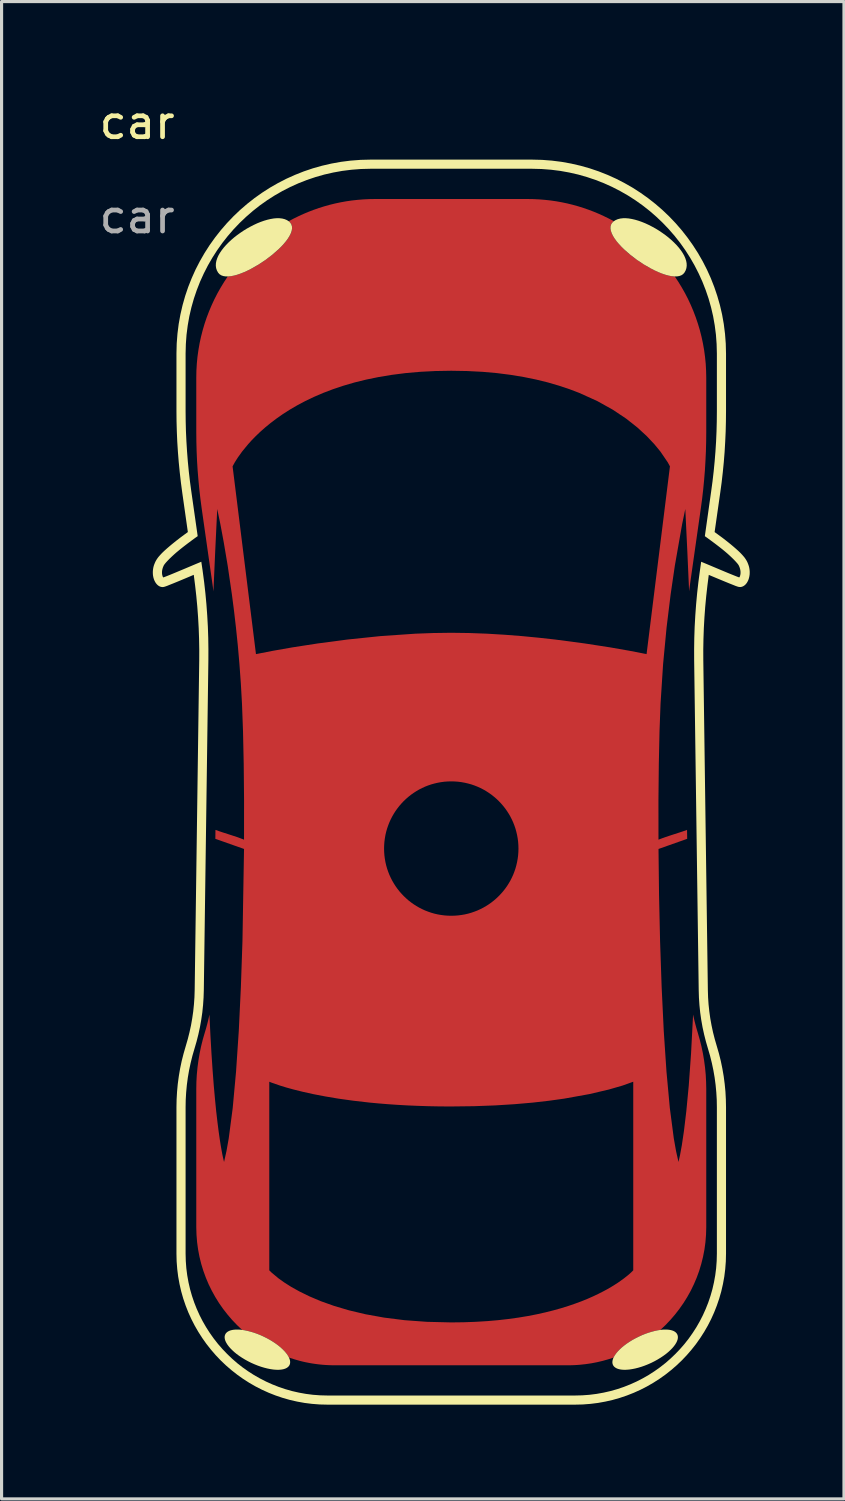
<source format=kicad_pcb>
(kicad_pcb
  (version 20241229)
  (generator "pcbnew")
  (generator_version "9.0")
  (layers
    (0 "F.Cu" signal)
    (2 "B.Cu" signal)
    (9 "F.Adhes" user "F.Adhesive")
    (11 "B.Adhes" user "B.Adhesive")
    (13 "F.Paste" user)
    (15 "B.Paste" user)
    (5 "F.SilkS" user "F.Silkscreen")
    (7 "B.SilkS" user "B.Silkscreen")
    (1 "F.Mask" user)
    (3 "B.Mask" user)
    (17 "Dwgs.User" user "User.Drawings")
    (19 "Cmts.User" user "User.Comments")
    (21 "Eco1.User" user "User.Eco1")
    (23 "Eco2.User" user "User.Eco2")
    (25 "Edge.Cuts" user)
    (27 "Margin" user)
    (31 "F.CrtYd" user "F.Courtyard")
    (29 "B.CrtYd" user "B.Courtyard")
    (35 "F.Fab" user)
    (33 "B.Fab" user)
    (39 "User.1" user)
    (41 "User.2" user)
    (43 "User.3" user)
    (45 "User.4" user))
  (footprint "car"
    (layer "F.Cu")
    (at 1.315 1.348)
    (property "Reference" "car" (at 0 -0.5 0) (unlocked yes) (layer "F.SilkS") (effects (font (size 1 1) (thickness 0.15))))
    (fp_poly (pts (xy 12.614 1.94) (xy 12.799 1.949) (xy 12.982 1.964) (xy 13.163 1.984) (xy 13.343 2.01) (xy 13.521 2.042) (xy 13.696 2.079) (xy 13.87 2.122) (xy 14.042 2.17) (xy 14.211 2.223) (xy 14.378 2.281) (xy 14.543 2.344) (xy 14.705 2.412) (xy 14.864 2.485) (xy 15.021 2.562) (xy 15.175 2.644) (xy 15.175 2.645) (xy 15.174 2.645) (xy 15.174 2.645) (xy 15.173 2.646) (xy 15.172 2.646) (xy 15.171 2.647) (xy 15.17 2.647) (xy 15.169 2.648) (xy 15.169 2.648) (xy 15.168 2.648) (xy 15.168 2.649) (xy 15.168 2.649) (xy 15.124 2.69) (xy 15.094 2.737) (xy 15.075 2.788) (xy 15.067 2.843) (xy 15.07 2.901) (xy 15.084 2.963) (xy 15.107 3.028) (xy 15.139 3.095) (xy 15.18 3.164) (xy 15.228 3.235) (xy 15.346 3.38) (xy 15.489 3.527) (xy 15.651 3.673) (xy 15.829 3.814) (xy 16.018 3.947) (xy 16.213 4.07) (xy 16.409 4.177) (xy 16.602 4.268) (xy 16.787 4.338) (xy 16.875 4.364) (xy 16.959 4.384) (xy 17.039 4.397) (xy 17.115 4.402) (xy 17.23 4.576) (xy 17.339 4.755) (xy 17.442 4.937) (xy 17.538 5.124) (xy 17.627 5.315) (xy 17.709 5.509) (xy 17.784 5.707) (xy 17.852 5.909) (xy 17.913 6.113) (xy 17.966 6.321) (xy 18.011 6.532) (xy 18.049 6.746) (xy 18.078 6.962) (xy 18.1 7.181) (xy 18.112 7.402) (xy 18.117 7.625) (xy 18.117 9.356) (xy 18.114 9.661) (xy 18.106 9.966) (xy 18.092 10.27) (xy 18.074 10.574) (xy 18.049 10.878) (xy 18.02 11.181) (xy 17.985 11.484) (xy 17.944 11.786) (xy 17.604 14.172) (xy 17.587 14.298) (xy 17.571 14.423) (xy 17.514 13.143) (xy 17.45 11.805) (xy 17.349 12.288) (xy 17.117 13.609) (xy 16.983 14.524) (xy 16.854 15.577) (xy 16.743 16.743) (xy 16.662 18) (xy 16.629 18.885) (xy 16.607 19.914) (xy 16.595 21.068) (xy 16.596 22.331) (xy 16.711 22.287) (xy 16.825 22.246) (xy 16.939 22.208) (xy 17.053 22.171) (xy 17.279 22.098) (xy 17.393 22.06) (xy 17.505 22.02) (xy 17.51 22.304) (xy 16.597 22.627) (xy 16.614 24.086) (xy 16.647 25.564) (xy 16.697 27.023) (xy 16.764 28.42) (xy 16.851 29.716) (xy 16.957 30.87) (xy 17.084 31.841) (xy 17.156 32.246) (xy 17.233 32.59) (xy 17.283 32.367) (xy 17.339 32.061) (xy 17.407 31.603) (xy 17.482 30.976) (xy 17.56 30.16) (xy 17.633 29.14) (xy 17.698 27.897) (xy 17.713 27.969) (xy 17.729 28.04) (xy 17.746 28.112) (xy 17.764 28.183) (xy 17.783 28.254) (xy 17.802 28.325) (xy 17.823 28.396) (xy 17.844 28.466) (xy 17.907 28.686) (xy 17.963 28.907) (xy 18.01 29.131) (xy 18.048 29.356) (xy 18.078 29.582) (xy 18.1 29.81) (xy 18.112 30.038) (xy 18.117 30.266) (xy 18.117 34.664) (xy 18.11 34.906) (xy 18.091 35.145) (xy 18.059 35.38) (xy 18.014 35.611) (xy 17.958 35.837) (xy 17.891 36.059) (xy 17.812 36.275) (xy 17.722 36.486) (xy 17.622 36.692) (xy 17.511 36.891) (xy 17.391 37.083) (xy 17.261 37.269) (xy 17.122 37.448) (xy 16.975 37.619) (xy 16.819 37.783) (xy 16.654 37.938) (xy 16.577 37.95) (xy 16.497 37.966) (xy 16.414 37.986) (xy 16.329 38.01) (xy 16.242 38.039) (xy 16.153 38.071) (xy 16.064 38.108) (xy 15.974 38.149) (xy 15.899 38.186) (xy 15.828 38.224) (xy 15.759 38.263) (xy 15.692 38.303) (xy 15.629 38.345) (xy 15.569 38.387) (xy 15.511 38.43) (xy 15.458 38.473) (xy 15.408 38.517) (xy 15.361 38.56) (xy 15.318 38.604) (xy 15.28 38.648) (xy 15.245 38.691) (xy 15.214 38.734) (xy 15.188 38.776) (xy 15.167 38.817) (xy 14.995 38.873) (xy 14.821 38.922) (xy 14.643 38.964) (xy 14.463 38.999) (xy 14.28 39.026) (xy 14.095 39.046) (xy 14.001 39.053) (xy 13.907 39.058) (xy 13.813 39.061) (xy 13.718 39.062) (xy 6.282 39.062) (xy 6.187 39.061) (xy 6.093 39.058) (xy 5.999 39.053) (xy 5.905 39.046) (xy 5.812 39.037) (xy 5.72 39.026) (xy 5.628 39.013) (xy 5.537 38.999) (xy 5.447 38.982) (xy 5.357 38.964) (xy 5.267 38.944) (xy 5.179 38.922) (xy 5.004 38.872) (xy 4.832 38.816) (xy 4.811 38.775) (xy 4.785 38.733) (xy 4.754 38.69) (xy 4.72 38.647) (xy 4.681 38.604) (xy 4.639 38.56) (xy 4.592 38.516) (xy 4.542 38.473) (xy 4.488 38.429) (xy 4.431 38.387) (xy 4.371 38.344) (xy 4.308 38.303) (xy 4.242 38.263) (xy 4.172 38.224) (xy 4.101 38.186) (xy 4.027 38.149) (xy 3.981 38.128) (xy 3.936 38.108) (xy 3.847 38.071) (xy 3.758 38.038) (xy 3.671 38.01) (xy 3.585 37.985) (xy 3.502 37.965) (xy 3.462 37.957) (xy 3.422 37.949) (xy 3.383 37.943) (xy 3.344 37.937) (xy 3.18 37.782) (xy 3.024 37.619) (xy 2.877 37.447) (xy 2.738 37.269) (xy 2.608 37.083) (xy 2.488 36.89) (xy 2.378 36.691) (xy 2.277 36.486) (xy 2.188 36.275) (xy 2.109 36.058) (xy 2.103 36.04) (xy 4.207 36.04) (xy 4.279 36.111) (xy 4.505 36.299) (xy 4.682 36.425) (xy 4.902 36.565) (xy 5.17 36.714) (xy 5.486 36.869) (xy 5.852 37.024) (xy 6.271 37.173) (xy 6.744 37.313) (xy 7.274 37.439) (xy 7.863 37.545) (xy 8.512 37.627) (xy 9.223 37.679) (xy 9.999 37.698) (xy 10.396 37.693) (xy 10.775 37.679) (xy 11.139 37.657) (xy 11.487 37.627) (xy 11.819 37.589) (xy 12.136 37.545) (xy 12.438 37.495) (xy 12.725 37.439) (xy 12.997 37.378) (xy 13.255 37.313) (xy 13.499 37.245) (xy 13.729 37.173) (xy 13.945 37.099) (xy 14.148 37.024) (xy 14.337 36.947) (xy 14.514 36.869) (xy 14.678 36.791) (xy 14.83 36.714) (xy 14.97 36.639) (xy 15.097 36.565) (xy 15.213 36.493) (xy 15.318 36.425) (xy 15.494 36.299) (xy 15.628 36.193) (xy 15.721 36.111) (xy 15.793 36.04) (xy 15.793 30.036) (xy 15.45 30.159) (xy 15.014 30.285) (xy 14.396 30.43) (xy 13.59 30.575) (xy 13.116 30.641) (xy 12.592 30.701) (xy 12.019 30.751) (xy 11.397 30.79) (xy 10.724 30.815) (xy 9.999 30.824) (xy 9.631 30.822) (xy 9.275 30.815) (xy 8.932 30.804) (xy 8.602 30.79) (xy 8.285 30.772) (xy 7.98 30.751) (xy 7.687 30.727) (xy 7.407 30.701) (xy 6.884 30.641) (xy 6.409 30.575) (xy 5.983 30.503) (xy 5.603 30.43) (xy 5.271 30.356) (xy 4.985 30.285) (xy 4.745 30.219) (xy 4.55 30.159) (xy 4.292 30.07) (xy 4.207 30.036) (xy 4.207 36.04) (xy 2.103 36.04) (xy 2.041 35.837) (xy 1.985 35.61) (xy 1.941 35.379) (xy 1.909 35.144) (xy 1.89 34.906) (xy 1.883 34.664) (xy 1.883 30.266) (xy 1.887 30.038) (xy 1.9 29.81) (xy 1.922 29.582) (xy 1.952 29.356) (xy 1.99 29.131) (xy 2.037 28.907) (xy 2.092 28.686) (xy 2.156 28.466) (xy 2.177 28.396) (xy 2.198 28.325) (xy 2.217 28.254) (xy 2.236 28.183) (xy 2.254 28.112) (xy 2.271 28.041) (xy 2.287 27.969) (xy 2.302 27.898) (xy 2.333 28.548) (xy 2.367 29.14) (xy 2.403 29.677) (xy 2.44 30.16) (xy 2.479 30.593) (xy 2.517 30.976) (xy 2.556 31.312) (xy 2.593 31.604) (xy 2.628 31.853) (xy 2.661 32.061) (xy 2.691 32.232) (xy 2.716 32.367) (xy 2.754 32.537) (xy 2.767 32.59) (xy 2.844 32.246) (xy 2.916 31.841) (xy 3.043 30.87) (xy 3.149 29.716) (xy 3.236 28.42) (xy 3.303 27.023) (xy 3.353 25.564) (xy 3.403 22.627) (xy 3.368 22.614) (xy 7.861 22.614) (xy 7.864 22.724) (xy 7.872 22.833) (xy 7.886 22.94) (xy 7.904 23.045) (xy 7.928 23.149) (xy 7.957 23.25) (xy 7.991 23.35) (xy 8.029 23.447) (xy 8.072 23.541) (xy 8.119 23.634) (xy 8.171 23.723) (xy 8.226 23.81) (xy 8.286 23.894) (xy 8.349 23.975) (xy 8.417 24.052) (xy 8.488 24.127) (xy 8.562 24.197) (xy 8.639 24.265) (xy 8.72 24.328) (xy 8.804 24.388) (xy 8.891 24.443) (xy 8.98 24.495) (xy 9.073 24.542) (xy 9.167 24.585) (xy 9.265 24.623) (xy 9.364 24.657) (xy 9.465 24.686) (xy 9.569 24.71) (xy 9.674 24.728) (xy 9.781 24.742) (xy 9.89 24.75) (xy 10 24.753) (xy 10.11 24.75) (xy 10.219 24.742) (xy 10.326 24.728) (xy 10.431 24.71) (xy 10.535 24.686) (xy 10.636 24.657) (xy 10.735 24.623) (xy 10.833 24.585) (xy 10.927 24.542) (xy 11.02 24.495) (xy 11.109 24.443) (xy 11.196 24.388) (xy 11.28 24.328) (xy 11.361 24.264) (xy 11.438 24.197) (xy 11.512 24.126) (xy 11.583 24.052) (xy 11.65 23.975) (xy 11.714 23.894) (xy 11.774 23.81) (xy 11.829 23.723) (xy 11.881 23.634) (xy 11.928 23.541) (xy 11.971 23.447) (xy 12.009 23.349) (xy 12.043 23.25) (xy 12.071 23.149) (xy 12.095 23.045) (xy 12.114 22.94) (xy 12.128 22.833) (xy 12.136 22.724) (xy 12.139 22.614) (xy 12.136 22.504) (xy 12.128 22.395) (xy 12.114 22.288) (xy 12.095 22.183) (xy 12.071 22.08) (xy 12.043 21.978) (xy 12.009 21.879) (xy 11.971 21.782) (xy 11.928 21.687) (xy 11.881 21.595) (xy 11.829 21.505) (xy 11.773 21.418) (xy 11.714 21.334) (xy 11.65 21.254) (xy 11.583 21.176) (xy 11.512 21.102) (xy 11.438 21.031) (xy 11.36 20.964) (xy 11.28 20.9) (xy 11.196 20.841) (xy 11.109 20.785) (xy 11.019 20.733) (xy 10.927 20.686) (xy 10.832 20.643) (xy 10.735 20.605) (xy 10.636 20.571) (xy 10.534 20.543) (xy 10.431 20.519) (xy 10.326 20.5) (xy 10.219 20.486) (xy 10.11 20.478) (xy 10 20.475) (xy 10 20.475) (xy 9.89 20.478) (xy 9.781 20.486) (xy 9.674 20.5) (xy 9.569 20.519) (xy 9.465 20.543) (xy 9.364 20.571) (xy 9.264 20.605) (xy 9.167 20.643) (xy 9.073 20.686) (xy 8.98 20.733) (xy 8.891 20.785) (xy 8.804 20.841) (xy 8.72 20.9) (xy 8.639 20.964) (xy 8.562 21.031) (xy 8.487 21.102) (xy 8.417 21.176) (xy 8.349 21.254) (xy 8.286 21.335) (xy 8.226 21.418) (xy 8.171 21.505) (xy 8.119 21.595) (xy 8.072 21.687) (xy 8.029 21.782) (xy 7.991 21.879) (xy 7.957 21.978) (xy 7.928 22.08) (xy 7.904 22.183) (xy 7.886 22.288) (xy 7.872 22.395) (xy 7.864 22.504) (xy 7.861 22.614) (xy 3.368 22.614) (xy 2.49 22.304) (xy 2.494 22.02) (xy 2.607 22.06) (xy 2.72 22.098) (xy 2.947 22.171) (xy 3.061 22.208) (xy 3.175 22.246) (xy 3.289 22.287) (xy 3.403 22.331) (xy 3.404 21.068) (xy 3.393 19.914) (xy 3.371 18.885) (xy 3.338 18) (xy 3.302 17.362) (xy 3.257 16.743) (xy 3.205 16.147) (xy 3.146 15.577) (xy 3.083 15.035) (xy 3.017 14.524) (xy 2.883 13.609) (xy 2.756 12.856) (xy 2.65 12.288) (xy 2.55 11.805) (xy 2.486 13.145) (xy 2.429 14.429) (xy 2.413 14.3) (xy 2.395 14.172) (xy 2.055 11.786) (xy 2.015 11.484) (xy 1.98 11.181) (xy 1.951 10.878) (xy 1.926 10.574) (xy 1.918 10.447) (xy 3.039 10.447) (xy 3.783 16.424) (xy 4.326 16.318) (xy 4.947 16.209) (xy 5.749 16.085) (xy 6.695 15.96) (xy 7.744 15.851) (xy 8.858 15.774) (xy 9.428 15.753) (xy 9.999 15.745) (xy 10.571 15.753) (xy 11.141 15.774) (xy 11.704 15.808) (xy 12.256 15.851) (xy 12.791 15.903) (xy 13.305 15.96) (xy 14.25 16.085) (xy 15.053 16.209) (xy 15.674 16.318) (xy 16.217 16.424) (xy 16.961 10.447) (xy 16.89 10.317) (xy 16.654 9.972) (xy 16.465 9.742) (xy 16.223 9.485) (xy 15.924 9.21) (xy 15.564 8.926) (xy 15.138 8.642) (xy 14.644 8.367) (xy 14.076 8.11) (xy 13.764 7.991) (xy 13.431 7.88) (xy 13.079 7.777) (xy 12.705 7.685) (xy 12.31 7.604) (xy 11.894 7.535) (xy 11.455 7.479) (xy 10.993 7.438) (xy 10.508 7.413) (xy 9.999 7.404) (xy 9.491 7.413) (xy 9.006 7.438) (xy 8.544 7.479) (xy 8.105 7.535) (xy 7.689 7.604) (xy 7.294 7.685) (xy 6.92 7.777) (xy 6.568 7.88) (xy 6.236 7.991) (xy 5.923 8.11) (xy 5.63 8.236) (xy 5.355 8.367) (xy 5.099 8.503) (xy 4.861 8.642) (xy 4.64 8.783) (xy 4.436 8.926) (xy 4.248 9.068) (xy 4.075 9.21) (xy 3.918 9.349) (xy 3.776 9.485) (xy 3.648 9.616) (xy 3.534 9.742) (xy 3.345 9.972) (xy 3.205 10.167) (xy 3.11 10.317) (xy 3.039 10.447) (xy 1.918 10.447) (xy 1.907 10.27) (xy 1.894 9.966) (xy 1.886 9.661) (xy 1.883 9.356) (xy 1.883 7.625) (xy 1.887 7.402) (xy 1.9 7.181) (xy 1.921 6.962) (xy 1.951 6.746) (xy 1.988 6.532) (xy 2.034 6.321) (xy 2.087 6.113) (xy 2.147 5.909) (xy 2.215 5.707) (xy 2.291 5.509) (xy 2.373 5.315) (xy 2.462 5.124) (xy 2.558 4.937) (xy 2.661 4.755) (xy 2.77 4.576) (xy 2.885 4.402) (xy 2.96 4.397) (xy 3.041 4.384) (xy 3.125 4.364) (xy 3.213 4.338) (xy 3.304 4.306) (xy 3.398 4.268) (xy 3.494 4.225) (xy 3.591 4.178) (xy 3.787 4.07) (xy 3.982 3.948) (xy 4.17 3.814) (xy 4.348 3.673) (xy 4.432 3.601) (xy 4.511 3.528) (xy 4.585 3.454) (xy 4.654 3.381) (xy 4.716 3.308) (xy 4.772 3.235) (xy 4.82 3.164) (xy 4.861 3.095) (xy 4.893 3.028) (xy 4.916 2.963) (xy 4.929 2.901) (xy 4.932 2.843) (xy 4.925 2.788) (xy 4.906 2.737) (xy 4.875 2.69) (xy 4.832 2.649) (xy 4.831 2.649) (xy 4.831 2.648) (xy 4.83 2.648) (xy 4.83 2.648) (xy 4.829 2.647) (xy 4.828 2.647) (xy 4.827 2.646) (xy 4.826 2.645) (xy 4.825 2.645) (xy 4.825 2.645) (xy 4.825 2.644) (xy 4.979 2.562) (xy 5.136 2.485) (xy 5.295 2.412) (xy 5.457 2.344) (xy 5.622 2.281) (xy 5.789 2.223) (xy 5.958 2.17) (xy 6.13 2.122) (xy 6.304 2.079) (xy 6.48 2.042) (xy 6.657 2.01) (xy 6.837 1.984) (xy 7.018 1.964) (xy 7.201 1.949) (xy 7.386 1.94) (xy 7.572 1.937) (xy 12.428 1.937)) (stroke (width 0) (type solid)) (fill yes) (layer "F.Cu"))
    (fp_poly (pts (xy 2.65 12.288) (xy 2.883 13.609) (xy 3.017 14.524) (xy 3.146 15.576) (xy 3.257 16.743) (xy 3.338 18) (xy 3.371 18.885) (xy 3.393 19.914) (xy 3.405 21.068) (xy 3.404 22.331) (xy 3.404 22.331) (xy 3.255 22.274) (xy 3.106 22.223) (xy 2.81 22.128) (xy 2.663 22.08) (xy 2.516 22.029) (xy 2.369 21.973) (xy 2.296 21.943) (xy 2.223 21.911) (xy 2.256 19.774) (xy 2.319 17.385) (xy 2.416 14.734) (xy 2.55 11.806)) (stroke (width 0) (type solid)) (fill yes) (layer "F.Mask"))
    (fp_poly (pts (xy 17.584 14.734) (xy 17.681 17.385) (xy 17.744 19.774) (xy 17.777 21.911) (xy 17.704 21.943) (xy 17.631 21.973) (xy 17.484 22.029) (xy 17.337 22.08) (xy 17.19 22.128) (xy 16.894 22.223) (xy 16.745 22.274) (xy 16.596 22.331) (xy 16.596 22.331) (xy 16.595 21.068) (xy 16.607 19.914) (xy 16.629 18.885) (xy 16.662 18) (xy 16.743 16.743) (xy 16.854 15.576) (xy 16.983 14.524) (xy 17.117 13.609) (xy 17.35 12.288) (xy 17.45 11.806)) (stroke (width 0) (type solid)) (fill yes) (layer "F.Mask"))
    (fp_poly (pts (xy 2.295 22.249) (xy 2.37 22.268) (xy 2.445 22.29) (xy 2.519 22.312) (xy 2.667 22.362) (xy 2.815 22.416) (xy 3.11 22.526) (xy 3.257 22.578) (xy 3.403 22.627) (xy 3.386 24.086) (xy 3.353 25.565) (xy 3.303 27.023) (xy 3.236 28.42) (xy 3.149 29.716) (xy 3.043 30.87) (xy 2.916 31.842) (xy 2.844 32.246) (xy 2.767 32.59) (xy 2.673 32.138) (xy 2.578 31.5) (xy 2.471 30.522) (xy 2.366 29.155) (xy 2.28 27.35) (xy 2.226 25.059) (xy 2.221 22.232)) (stroke (width 0) (type solid)) (fill yes) (layer "F.Mask"))
    (fp_poly (pts (xy 17.774 25.059) (xy 17.72 27.35) (xy 17.634 29.155) (xy 17.53 30.522) (xy 17.422 31.5) (xy 17.327 32.138) (xy 17.233 32.59) (xy 17.156 32.246) (xy 17.084 31.842) (xy 16.957 30.87) (xy 16.851 29.716) (xy 16.764 28.42) (xy 16.697 27.023) (xy 16.647 25.565) (xy 16.614 24.086) (xy 16.597 22.627) (xy 16.743 22.578) (xy 16.89 22.526) (xy 17.185 22.416) (xy 17.333 22.362) (xy 17.481 22.312) (xy 17.555 22.29) (xy 17.63 22.268) (xy 17.705 22.249) (xy 17.779 22.232)) (stroke (width 0) (type solid)) (fill yes) (layer "F.Mask"))
    (fp_poly (pts (xy 10.508 7.413) (xy 10.993 7.438) (xy 11.455 7.479) (xy 11.894 7.535) (xy 12.311 7.604) (xy 12.705 7.685) (xy 13.079 7.777) (xy 13.432 7.88) (xy 13.764 7.991) (xy 14.076 8.11) (xy 14.37 8.236) (xy 14.644 8.367) (xy 14.9 8.503) (xy 15.139 8.642) (xy 15.36 8.783) (xy 15.564 8.926) (xy 15.752 9.068) (xy 15.924 9.21) (xy 16.081 9.349) (xy 16.223 9.484) (xy 16.351 9.616) (xy 16.465 9.742) (xy 16.654 9.972) (xy 16.794 10.167) (xy 16.889 10.317) (xy 16.961 10.447) (xy 16.217 16.424) (xy 15.674 16.318) (xy 15.053 16.209) (xy 14.25 16.085) (xy 13.305 15.96) (xy 12.256 15.851) (xy 11.141 15.775) (xy 10.571 15.753) (xy 10 15.745) (xy 9.428 15.753) (xy 8.858 15.775) (xy 8.295 15.808) (xy 7.744 15.851) (xy 7.209 15.903) (xy 6.695 15.96) (xy 5.75 16.085) (xy 4.947 16.209) (xy 4.326 16.318) (xy 3.783 16.424) (xy 3.039 10.447) (xy 3.11 10.317) (xy 3.345 9.972) (xy 3.534 9.742) (xy 3.776 9.484) (xy 4.075 9.21) (xy 4.436 8.926) (xy 4.861 8.642) (xy 5.355 8.367) (xy 5.923 8.11) (xy 6.236 7.991) (xy 6.568 7.88) (xy 6.921 7.777) (xy 7.294 7.685) (xy 7.689 7.604) (xy 8.105 7.535) (xy 8.544 7.479) (xy 9.006 7.438) (xy 9.491 7.413) (xy 10 7.404) (xy 10 7.404)) (stroke (width 0) (type solid)) (fill yes) (layer "F.Mask"))
    (fp_poly (pts (xy 15.793 36.04) (xy 15.721 36.112) (xy 15.628 36.193) (xy 15.494 36.299) (xy 15.318 36.425) (xy 15.214 36.493) (xy 15.098 36.565) (xy 14.97 36.639) (xy 14.83 36.715) (xy 14.678 36.792) (xy 14.514 36.869) (xy 14.337 36.947) (xy 14.148 37.024) (xy 13.945 37.1) (xy 13.729 37.173) (xy 13.499 37.245) (xy 13.255 37.314) (xy 12.997 37.378) (xy 12.725 37.439) (xy 12.438 37.495) (xy 12.136 37.545) (xy 11.82 37.589) (xy 11.487 37.627) (xy 11.139 37.657) (xy 10.776 37.679) (xy 10.396 37.693) (xy 10 37.698) (xy 9.224 37.679) (xy 8.512 37.627) (xy 7.863 37.545) (xy 7.275 37.439) (xy 6.745 37.314) (xy 6.271 37.173) (xy 5.852 37.024) (xy 5.486 36.869) (xy 5.17 36.715) (xy 4.902 36.565) (xy 4.682 36.425) (xy 4.506 36.299) (xy 4.279 36.112) (xy 4.207 36.04) (xy 4.207 30.036) (xy 4.292 30.07) (xy 4.55 30.159) (xy 4.745 30.219) (xy 4.985 30.285) (xy 5.271 30.356) (xy 5.604 30.43) (xy 5.983 30.503) (xy 6.409 30.575) (xy 6.884 30.641) (xy 7.407 30.701) (xy 7.687 30.727) (xy 7.98 30.751) (xy 8.285 30.772) (xy 8.602 30.79) (xy 8.933 30.804) (xy 9.275 30.815) (xy 9.631 30.821) (xy 10 30.824) (xy 10.724 30.815) (xy 11.397 30.79) (xy 12.02 30.751) (xy 12.592 30.701) (xy 13.116 30.641) (xy 13.59 30.575) (xy 14.396 30.43) (xy 15.015 30.285) (xy 15.45 30.159) (xy 15.793 30.036)) (stroke (width 0) (type solid)) (fill yes) (layer "F.Mask"))
    (fp_poly (pts (xy 4.535 2.549) (xy 4.62 2.559) (xy 4.698 2.579) (xy 4.769 2.609) (xy 4.832 2.649) (xy 4.881 2.698) (xy 4.914 2.755) (xy 4.93 2.817) (xy 4.931 2.884) (xy 4.918 2.956) (xy 4.891 3.032) (xy 4.851 3.112) (xy 4.801 3.194) (xy 4.739 3.279) (xy 4.668 3.364) (xy 4.588 3.451) (xy 4.501 3.537) (xy 4.306 3.708) (xy 4.092 3.872) (xy 3.865 4.023) (xy 3.634 4.155) (xy 3.52 4.213) (xy 3.406 4.265) (xy 3.296 4.309) (xy 3.189 4.346) (xy 3.087 4.374) (xy 2.99 4.393) (xy 2.9 4.402) (xy 2.816 4.401) (xy 2.742 4.389) (xy 2.676 4.365) (xy 2.621 4.329) (xy 2.577 4.279) (xy 2.539 4.21) (xy 2.515 4.137) (xy 2.505 4.061) (xy 2.508 3.983) (xy 2.523 3.903) (xy 2.55 3.82) (xy 2.587 3.737) (xy 2.635 3.653) (xy 2.692 3.569) (xy 2.757 3.485) (xy 2.831 3.401) (xy 2.911 3.319) (xy 2.997 3.239) (xy 3.089 3.16) (xy 3.186 3.084) (xy 3.287 3.012) (xy 3.391 2.942) (xy 3.497 2.877) (xy 3.606 2.817) (xy 3.715 2.761) (xy 3.824 2.71) (xy 3.933 2.666) (xy 4.041 2.628) (xy 4.147 2.597) (xy 4.25 2.573) (xy 4.35 2.556) (xy 4.445 2.548)) (stroke (width 0) (type solid)) (fill yes) (layer "F.SilkS"))
    (fp_poly (pts (xy 15.65 2.556) (xy 15.749 2.573) (xy 15.853 2.597) (xy 15.958 2.628) (xy 16.066 2.666) (xy 16.175 2.71) (xy 16.285 2.761) (xy 16.394 2.817) (xy 16.503 2.877) (xy 16.609 2.942) (xy 16.713 3.012) (xy 16.814 3.084) (xy 16.911 3.16) (xy 17.003 3.239) (xy 17.089 3.319) (xy 17.169 3.401) (xy 17.243 3.485) (xy 17.308 3.569) (xy 17.365 3.653) (xy 17.413 3.737) (xy 17.45 3.82) (xy 17.477 3.903) (xy 17.492 3.983) (xy 17.495 4.061) (xy 17.485 4.137) (xy 17.461 4.21) (xy 17.423 4.279) (xy 17.379 4.329) (xy 17.324 4.365) (xy 17.258 4.389) (xy 17.184 4.401) (xy 17.1 4.402) (xy 17.01 4.393) (xy 16.913 4.374) (xy 16.811 4.346) (xy 16.704 4.309) (xy 16.594 4.265) (xy 16.48 4.213) (xy 16.366 4.155) (xy 16.135 4.023) (xy 15.908 3.872) (xy 15.694 3.708) (xy 15.499 3.537) (xy 15.412 3.451) (xy 15.332 3.364) (xy 15.261 3.279) (xy 15.199 3.194) (xy 15.148 3.112) (xy 15.109 3.032) (xy 15.082 2.956) (xy 15.068 2.884) (xy 15.069 2.817) (xy 15.085 2.755) (xy 15.118 2.698) (xy 15.167 2.649) (xy 15.23 2.609) (xy 15.301 2.579) (xy 15.379 2.559) (xy 15.464 2.549) (xy 15.554 2.548)) (stroke (width 0) (type solid)) (fill yes) (layer "F.SilkS"))
    (fp_poly (pts (xy 3.204 37.926) (xy 3.245 37.927) (xy 3.287 37.93) (xy 3.33 37.935) (xy 3.42 37.948) (xy 3.515 37.968) (xy 3.612 37.993) (xy 3.713 38.023) (xy 3.816 38.059) (xy 3.921 38.101) (xy 4.026 38.149) (xy 4.13 38.201) (xy 4.229 38.255) (xy 4.322 38.312) (xy 4.409 38.37) (xy 4.49 38.43) (xy 4.565 38.491) (xy 4.632 38.553) (xy 4.692 38.614) (xy 4.744 38.675) (xy 4.788 38.735) (xy 4.823 38.794) (xy 4.837 38.823) (xy 4.849 38.851) (xy 4.858 38.879) (xy 4.865 38.906) (xy 4.869 38.932) (xy 4.871 38.958) (xy 4.87 38.983) (xy 4.867 39.007) (xy 4.861 39.03) (xy 4.852 39.052) (xy 4.841 39.073) (xy 4.826 39.092) (xy 4.81 39.11) (xy 4.791 39.126) (xy 4.77 39.141) (xy 4.747 39.154) (xy 4.722 39.166) (xy 4.694 39.176) (xy 4.665 39.185) (xy 4.634 39.192) (xy 4.601 39.198) (xy 4.566 39.202) (xy 4.53 39.205) (xy 4.492 39.206) (xy 4.453 39.206) (xy 4.412 39.204) (xy 4.37 39.201) (xy 4.327 39.197) (xy 4.236 39.183) (xy 4.142 39.164) (xy 4.044 39.139) (xy 3.944 39.109) (xy 3.841 39.073) (xy 3.736 39.031) (xy 3.63 38.984) (xy 3.527 38.932) (xy 3.428 38.877) (xy 3.335 38.82) (xy 3.248 38.762) (xy 3.166 38.702) (xy 3.092 38.641) (xy 3.025 38.579) (xy 2.965 38.518) (xy 2.913 38.457) (xy 2.869 38.397) (xy 2.834 38.338) (xy 2.82 38.309) (xy 2.808 38.281) (xy 2.799 38.254) (xy 2.792 38.227) (xy 2.788 38.2) (xy 2.786 38.175) (xy 2.786 38.15) (xy 2.79 38.126) (xy 2.796 38.103) (xy 2.805 38.081) (xy 2.816 38.06) (xy 2.83 38.04) (xy 2.847 38.023) (xy 2.865 38.006) (xy 2.887 37.991) (xy 2.91 37.978) (xy 2.935 37.966) (xy 2.962 37.956) (xy 2.992 37.947) (xy 3.023 37.94) (xy 3.056 37.934) (xy 3.09 37.93) (xy 3.127 37.927) (xy 3.165 37.926)) (stroke (width 0) (type solid)) (fill yes) (layer "F.SilkS"))
    (fp_poly (pts (xy 16.873 37.927) (xy 16.909 37.93) (xy 16.944 37.934) (xy 16.977 37.94) (xy 17.008 37.947) (xy 17.037 37.956) (xy 17.065 37.966) (xy 17.09 37.978) (xy 17.113 37.991) (xy 17.134 38.006) (xy 17.153 38.023) (xy 17.169 38.04) (xy 17.183 38.06) (xy 17.195 38.081) (xy 17.203 38.103) (xy 17.21 38.126) (xy 17.213 38.15) (xy 17.214 38.175) (xy 17.212 38.2) (xy 17.208 38.227) (xy 17.201 38.254) (xy 17.191 38.281) (xy 17.18 38.309) (xy 17.166 38.338) (xy 17.131 38.397) (xy 17.087 38.457) (xy 17.035 38.518) (xy 16.975 38.579) (xy 16.908 38.641) (xy 16.834 38.702) (xy 16.752 38.762) (xy 16.665 38.82) (xy 16.572 38.877) (xy 16.473 38.932) (xy 16.37 38.984) (xy 16.264 39.031) (xy 16.159 39.073) (xy 16.056 39.109) (xy 15.956 39.139) (xy 15.858 39.164) (xy 15.763 39.183) (xy 15.673 39.197) (xy 15.63 39.201) (xy 15.588 39.204) (xy 15.547 39.206) (xy 15.508 39.206) (xy 15.47 39.205) (xy 15.433 39.202) (xy 15.399 39.198) (xy 15.366 39.192) (xy 15.335 39.185) (xy 15.305 39.176) (xy 15.278 39.166) (xy 15.253 39.154) (xy 15.23 39.141) (xy 15.209 39.126) (xy 15.19 39.11) (xy 15.173 39.092) (xy 15.159 39.073) (xy 15.148 39.052) (xy 15.148 39.052) (xy 15.139 39.03) (xy 15.133 39.007) (xy 15.129 38.983) (xy 15.129 38.958) (xy 15.131 38.932) (xy 15.135 38.906) (xy 15.142 38.879) (xy 15.151 38.851) (xy 15.163 38.823) (xy 15.177 38.794) (xy 15.212 38.735) (xy 15.256 38.675) (xy 15.308 38.614) (xy 15.368 38.553) (xy 15.435 38.491) (xy 15.51 38.43) (xy 15.591 38.37) (xy 15.678 38.312) (xy 15.771 38.255) (xy 15.87 38.201) (xy 15.974 38.149) (xy 16.079 38.101) (xy 16.184 38.059) (xy 16.287 38.023) (xy 16.388 37.993) (xy 16.485 37.968) (xy 16.58 37.948) (xy 16.67 37.935) (xy 16.713 37.93) (xy 16.755 37.927) (xy 16.796 37.926) (xy 16.835 37.926)) (stroke (width 0) (type solid)) (fill yes) (layer "F.SilkS"))
    (fp_poly (pts (xy 12.572 0.683) (xy 12.89 0.691) (xy 13.203 0.715) (xy 13.512 0.754) (xy 13.816 0.809) (xy 14.115 0.878) (xy 14.408 0.961) (xy 14.694 1.058) (xy 14.975 1.169) (xy 15.248 1.292) (xy 15.514 1.429) (xy 15.773 1.577) (xy 16.023 1.738) (xy 16.265 1.91) (xy 16.499 2.094) (xy 16.723 2.288) (xy 16.937 2.492) (xy 17.142 2.707) (xy 17.336 2.931) (xy 17.519 3.164) (xy 17.691 3.406) (xy 17.852 3.656) (xy 18.001 3.915) (xy 18.137 4.181) (xy 18.261 4.455) (xy 18.371 4.735) (xy 18.468 5.022) (xy 18.552 5.315) (xy 18.621 5.613) (xy 18.675 5.917) (xy 18.714 6.226) (xy 18.738 6.539) (xy 18.746 6.857) (xy 18.746 8.691) (xy 18.743 9.016) (xy 18.735 9.342) (xy 18.72 9.667) (xy 18.701 9.992) (xy 18.675 10.316) (xy 18.643 10.64) (xy 18.606 10.964) (xy 18.562 11.287) (xy 18.383 12.539) (xy 18.49 12.617) (xy 18.614 12.708) (xy 18.68 12.758) (xy 18.749 12.812) (xy 18.82 12.868) (xy 18.893 12.927) (xy 18.975 12.996) (xy 19.055 13.065) (xy 19.131 13.133) (xy 19.167 13.167) (xy 19.202 13.201) (xy 19.235 13.235) (xy 19.267 13.27) (xy 19.297 13.304) (xy 19.326 13.338) (xy 19.352 13.373) (xy 19.375 13.408) (xy 19.397 13.443) (xy 19.416 13.478) (xy 19.433 13.515) (xy 19.448 13.552) (xy 19.461 13.588) (xy 19.473 13.624) (xy 19.482 13.66) (xy 19.489 13.696) (xy 19.494 13.731) (xy 19.498 13.766) (xy 19.5 13.8) (xy 19.5 13.833) (xy 19.499 13.866) (xy 19.497 13.898) (xy 19.492 13.929) (xy 19.487 13.96) (xy 19.48 13.989) (xy 19.473 14.017) (xy 19.468 14.031) (xy 19.464 14.044) (xy 19.459 14.058) (xy 19.454 14.071) (xy 19.448 14.084) (xy 19.442 14.096) (xy 19.436 14.108) (xy 19.43 14.12) (xy 19.423 14.132) (xy 19.416 14.144) (xy 19.409 14.155) (xy 19.401 14.166) (xy 19.393 14.176) (xy 19.385 14.187) (xy 19.376 14.197) (xy 19.367 14.207) (xy 19.358 14.216) (xy 19.347 14.225) (xy 19.336 14.235) (xy 19.325 14.243) (xy 19.313 14.251) (xy 19.3 14.259) (xy 19.286 14.266) (xy 19.272 14.272) (xy 19.258 14.278) (xy 19.243 14.282) (xy 19.227 14.286) (xy 19.211 14.288) (xy 19.194 14.289) (xy 19.178 14.288) (xy 19.169 14.287) (xy 19.16 14.286) (xy 19.151 14.285) (xy 19.143 14.283) (xy 19.124 14.278) (xy 19.105 14.272) (xy 19.087 14.266) (xy 19.068 14.259) (xy 19.047 14.252) (xy 19.025 14.243) (xy 18.973 14.222) (xy 18.84 14.169) (xy 18.684 14.105) (xy 18.44 14.004) (xy 18.197 13.902) (xy 18.154 14.24) (xy 18.116 14.579) (xy 18.084 14.918) (xy 18.059 15.258) (xy 18.04 15.598) (xy 18.028 15.939) (xy 18.022 16.28) (xy 18.023 16.621) (xy 18.168 27.121) (xy 18.175 27.347) (xy 18.19 27.572) (xy 18.214 27.796) (xy 18.245 28.02) (xy 18.285 28.242) (xy 18.332 28.462) (xy 18.388 28.681) (xy 18.451 28.898) (xy 18.52 29.136) (xy 18.58 29.376) (xy 18.63 29.618) (xy 18.672 29.862) (xy 18.704 30.107) (xy 18.728 30.354) (xy 18.741 30.601) (xy 18.746 30.849) (xy 18.746 35.509) (xy 18.74 35.757) (xy 18.721 36.001) (xy 18.691 36.241) (xy 18.648 36.478) (xy 18.595 36.71) (xy 18.53 36.938) (xy 18.454 37.161) (xy 18.368 37.38) (xy 18.272 37.593) (xy 18.166 37.8) (xy 18.05 38.001) (xy 17.925 38.196) (xy 17.791 38.385) (xy 17.648 38.566) (xy 17.497 38.741) (xy 17.338 38.908) (xy 17.171 39.067) (xy 16.996 39.218) (xy 16.815 39.361) (xy 16.626 39.495) (xy 16.431 39.62) (xy 16.23 39.736) (xy 16.023 39.842) (xy 15.81 39.938) (xy 15.592 40.024) (xy 15.368 40.1) (xy 15.14 40.165) (xy 14.908 40.218) (xy 14.671 40.261) (xy 14.431 40.291) (xy 14.187 40.31) (xy 13.939 40.316) (xy 6.061 40.316) (xy 5.813 40.31) (xy 5.569 40.291) (xy 5.329 40.261) (xy 5.092 40.218) (xy 4.86 40.165) (xy 4.632 40.1) (xy 4.408 40.024) (xy 4.19 39.938) (xy 3.977 39.842) (xy 3.77 39.736) (xy 3.568 39.62) (xy 3.373 39.495) (xy 3.185 39.361) (xy 3.003 39.218) (xy 2.828 39.067) (xy 2.661 38.908) (xy 2.502 38.741) (xy 2.351 38.566) (xy 2.208 38.385) (xy 2.074 38.196) (xy 1.949 38.001) (xy 1.833 37.8) (xy 1.727 37.593) (xy 1.63 37.38) (xy 1.544 37.161) (xy 1.468 36.938) (xy 1.403 36.71) (xy 1.35 36.478) (xy 1.307 36.241) (xy 1.277 36.001) (xy 1.258 35.757) (xy 1.252 35.509) (xy 1.252 30.849) (xy 1.257 30.601) (xy 1.271 30.354) (xy 1.294 30.107) (xy 1.327 29.862) (xy 1.368 29.618) (xy 1.419 29.376) (xy 1.48 29.136) (xy 1.549 28.898) (xy 1.612 28.681) (xy 1.667 28.462) (xy 1.715 28.242) (xy 1.754 28.02) (xy 1.786 27.797) (xy 1.809 27.572) (xy 1.825 27.347) (xy 1.832 27.121) (xy 1.977 16.621) (xy 1.978 16.279) (xy 1.972 15.938) (xy 1.96 15.597) (xy 1.941 15.257) (xy 1.916 14.917) (xy 1.884 14.577) (xy 1.846 14.238) (xy 1.803 13.9) (xy 1.56 14.003) (xy 1.316 14.105) (xy 1.16 14.169) (xy 1.027 14.222) (xy 0.976 14.243) (xy 0.954 14.252) (xy 0.933 14.259) (xy 0.915 14.266) (xy 0.896 14.272) (xy 0.878 14.278) (xy 0.859 14.283) (xy 0.85 14.285) (xy 0.842 14.287) (xy 0.833 14.288) (xy 0.824 14.289) (xy 0.815 14.289) (xy 0.807 14.289) (xy 0.799 14.289) (xy 0.79 14.288) (xy 0.782 14.287) (xy 0.774 14.286) (xy 0.766 14.285) (xy 0.758 14.283) (xy 0.751 14.281) (xy 0.743 14.278) (xy 0.736 14.276) (xy 0.728 14.273) (xy 0.714 14.267) (xy 0.701 14.26) (xy 0.688 14.252) (xy 0.675 14.244) (xy 0.664 14.235) (xy 0.653 14.226) (xy 0.642 14.216) (xy 0.633 14.207) (xy 0.624 14.197) (xy 0.615 14.187) (xy 0.607 14.176) (xy 0.599 14.166) (xy 0.591 14.155) (xy 0.584 14.144) (xy 0.577 14.132) (xy 0.57 14.12) (xy 0.564 14.108) (xy 0.558 14.096) (xy 0.552 14.084) (xy 0.546 14.071) (xy 0.541 14.058) (xy 0.536 14.044) (xy 0.532 14.031) (xy 0.527 14.017) (xy 0.519 13.989) (xy 0.513 13.96) (xy 0.507 13.929) (xy 0.503 13.898) (xy 0.501 13.866) (xy 0.5 13.833) (xy 0.5 13.831) (xy 0.792 13.831) (xy 0.792 13.85) (xy 0.794 13.869) (xy 0.796 13.886) (xy 0.799 13.903) (xy 0.803 13.918) (xy 0.807 13.933) (xy 0.808 13.938) (xy 0.81 13.943) (xy 0.811 13.947) (xy 0.813 13.951) (xy 0.814 13.954) (xy 0.816 13.958) (xy 0.818 13.961) (xy 0.819 13.964) (xy 0.821 13.967) (xy 0.822 13.969) (xy 0.824 13.972) (xy 0.826 13.974) (xy 0.832 13.984) (xy 0.865 13.972) (xy 0.888 13.963) (xy 0.92 13.951) (xy 1.05 13.899) (xy 1.205 13.835) (xy 1.547 13.692) (xy 1.869 13.556) (xy 2.043 13.484) (xy 2.086 13.773) (xy 2.086 13.775) (xy 2.133 14.129) (xy 2.173 14.484) (xy 2.206 14.84) (xy 2.232 15.196) (xy 2.252 15.553) (xy 2.264 15.91) (xy 2.269 16.267) (xy 2.268 16.625) (xy 2.123 27.125) (xy 2.115 27.361) (xy 2.099 27.597) (xy 2.075 27.831) (xy 2.041 28.065) (xy 2 28.297) (xy 1.95 28.528) (xy 1.892 28.757) (xy 1.826 28.984) (xy 1.76 29.211) (xy 1.703 29.441) (xy 1.654 29.672) (xy 1.614 29.905) (xy 1.583 30.14) (xy 1.561 30.376) (xy 1.547 30.612) (xy 1.543 30.849) (xy 1.543 35.509) (xy 1.549 35.742) (xy 1.566 35.971) (xy 1.595 36.198) (xy 1.635 36.42) (xy 1.685 36.639) (xy 1.746 36.853) (xy 1.817 37.063) (xy 1.898 37.268) (xy 1.988 37.468) (xy 2.088 37.663) (xy 2.197 37.852) (xy 2.314 38.035) (xy 2.44 38.212) (xy 2.574 38.383) (xy 2.716 38.546) (xy 2.866 38.703) (xy 3.023 38.853) (xy 3.186 38.995) (xy 3.357 39.129) (xy 3.534 39.254) (xy 3.718 39.372) (xy 3.907 39.48) (xy 4.102 39.58) (xy 4.302 39.67) (xy 4.507 39.751) (xy 4.717 39.822) (xy 4.931 39.883) (xy 5.15 39.933) (xy 5.372 39.973) (xy 5.598 40.002) (xy 5.828 40.019) (xy 6.06 40.025) (xy 13.939 40.025) (xy 14.172 40.019) (xy 14.401 40.002) (xy 14.628 39.973) (xy 14.85 39.933) (xy 15.069 39.883) (xy 15.283 39.822) (xy 15.493 39.751) (xy 15.698 39.67) (xy 15.898 39.58) (xy 16.093 39.48) (xy 16.282 39.372) (xy 16.465 39.254) (xy 16.642 39.129) (xy 16.813 38.995) (xy 16.976 38.853) (xy 17.133 38.703) (xy 17.283 38.546) (xy 17.425 38.383) (xy 17.559 38.212) (xy 17.684 38.035) (xy 17.802 37.852) (xy 17.91 37.663) (xy 18.01 37.468) (xy 18.1 37.268) (xy 18.181 37.063) (xy 18.252 36.853) (xy 18.313 36.639) (xy 18.363 36.42) (xy 18.403 36.198) (xy 18.432 35.971) (xy 18.449 35.742) (xy 18.455 35.509) (xy 18.455 30.849) (xy 18.451 30.612) (xy 18.437 30.376) (xy 18.415 30.14) (xy 18.384 29.906) (xy 18.344 29.673) (xy 18.295 29.441) (xy 18.238 29.211) (xy 18.172 28.984) (xy 18.106 28.757) (xy 18.048 28.528) (xy 17.998 28.297) (xy 17.957 28.065) (xy 17.924 27.832) (xy 17.9 27.597) (xy 17.884 27.361) (xy 17.877 27.125) (xy 17.732 16.625) (xy 17.731 16.267) (xy 17.736 15.91) (xy 17.748 15.553) (xy 17.768 15.196) (xy 17.794 14.84) (xy 17.827 14.484) (xy 17.867 14.129) (xy 17.914 13.775) (xy 17.955 13.484) (xy 18.129 13.556) (xy 18.452 13.692) (xy 18.795 13.836) (xy 18.95 13.899) (xy 19.08 13.951) (xy 19.112 13.963) (xy 19.135 13.972) (xy 19.152 13.978) (xy 19.168 13.984) (xy 19.174 13.974) (xy 19.177 13.969) (xy 19.181 13.964) (xy 19.182 13.961) (xy 19.184 13.958) (xy 19.185 13.954) (xy 19.187 13.951) (xy 19.189 13.947) (xy 19.19 13.943) (xy 19.192 13.938) (xy 19.193 13.933) (xy 19.197 13.918) (xy 19.201 13.903) (xy 19.204 13.886) (xy 19.206 13.869) (xy 19.208 13.851) (xy 19.208 13.832) (xy 19.208 13.812) (xy 19.207 13.791) (xy 19.205 13.77) (xy 19.201 13.749) (xy 19.197 13.727) (xy 19.191 13.704) (xy 19.184 13.681) (xy 19.176 13.657) (xy 19.166 13.633) (xy 19.154 13.609) (xy 19.156 13.609) (xy 19.147 13.593) (xy 19.135 13.575) (xy 19.119 13.553) (xy 19.1 13.53) (xy 19.053 13.477) (xy 18.997 13.418) (xy 18.932 13.354) (xy 18.861 13.287) (xy 18.786 13.219) (xy 18.707 13.152) (xy 18.627 13.086) (xy 18.546 13.022) (xy 18.467 12.961) (xy 18.391 12.903) (xy 18.252 12.8) (xy 18.143 12.72) (xy 18.072 12.67) (xy 18.273 11.246) (xy 18.316 10.928) (xy 18.353 10.61) (xy 18.384 10.291) (xy 18.41 9.971) (xy 18.43 9.652) (xy 18.444 9.332) (xy 18.452 9.011) (xy 18.455 8.691) (xy 18.455 6.857) (xy 18.447 6.554) (xy 18.425 6.255) (xy 18.387 5.961) (xy 18.336 5.671) (xy 18.27 5.386) (xy 18.191 5.107) (xy 18.098 4.834) (xy 17.993 4.566) (xy 17.875 4.306) (xy 17.745 4.052) (xy 17.604 3.806) (xy 17.451 3.567) (xy 17.287 3.336) (xy 17.112 3.114) (xy 16.927 2.901) (xy 16.733 2.697) (xy 16.528 2.502) (xy 16.315 2.317) (xy 16.093 2.142) (xy 15.862 1.978) (xy 15.624 1.825) (xy 15.377 1.684) (xy 15.124 1.554) (xy 14.863 1.436) (xy 14.596 1.331) (xy 14.322 1.239) (xy 14.043 1.159) (xy 13.758 1.094) (xy 13.469 1.042) (xy 13.174 1.005) (xy 12.875 0.982) (xy 12.572 0.974) (xy 7.428 0.974) (xy 7.125 0.982) (xy 6.826 1.005) (xy 6.531 1.042) (xy 6.242 1.094) (xy 5.957 1.159) (xy 5.677 1.239) (xy 5.404 1.331) (xy 5.137 1.436) (xy 4.876 1.554) (xy 4.622 1.684) (xy 4.376 1.825) (xy 4.137 1.978) (xy 3.906 2.142) (xy 3.684 2.317) (xy 3.471 2.502) (xy 3.266 2.697) (xy 3.071 2.901) (xy 2.887 3.114) (xy 2.712 3.336) (xy 2.548 3.567) (xy 2.395 3.806) (xy 2.253 4.052) (xy 2.123 4.306) (xy 2.005 4.566) (xy 1.9 4.834) (xy 1.807 5.107) (xy 1.728 5.386) (xy 1.662 5.671) (xy 1.611 5.961) (xy 1.573 6.255) (xy 1.551 6.554) (xy 1.543 6.857) (xy 1.543 8.691) (xy 1.546 9.011) (xy 1.554 9.332) (xy 1.569 9.652) (xy 1.589 9.971) (xy 1.614 10.291) (xy 1.645 10.61) (xy 1.682 10.928) (xy 1.725 11.246) (xy 1.928 12.669) (xy 1.855 12.72) (xy 1.746 12.8) (xy 1.608 12.903) (xy 1.532 12.961) (xy 1.453 13.022) (xy 1.373 13.086) (xy 1.293 13.152) (xy 1.253 13.185) (xy 1.214 13.219) (xy 1.176 13.253) (xy 1.139 13.287) (xy 1.102 13.321) (xy 1.068 13.354) (xy 1.034 13.386) (xy 1.003 13.418) (xy 0.974 13.448) (xy 0.947 13.477) (xy 0.922 13.504) (xy 0.9 13.53) (xy 0.881 13.553) (xy 0.865 13.575) (xy 0.853 13.593) (xy 0.844 13.609) (xy 0.846 13.609) (xy 0.834 13.633) (xy 0.824 13.657) (xy 0.816 13.681) (xy 0.809 13.704) (xy 0.803 13.727) (xy 0.799 13.749) (xy 0.795 13.77) (xy 0.793 13.791) (xy 0.792 13.812) (xy 0.792 13.831) (xy 0.5 13.831) (xy 0.5 13.8) (xy 0.502 13.766) (xy 0.506 13.731) (xy 0.511 13.696) (xy 0.518 13.66) (xy 0.527 13.624) (xy 0.538 13.588) (xy 0.552 13.552) (xy 0.567 13.515) (xy 0.584 13.478) (xy 0.603 13.443) (xy 0.624 13.408) (xy 0.648 13.373) (xy 0.674 13.338) (xy 0.703 13.304) (xy 0.733 13.27) (xy 0.765 13.235) (xy 0.798 13.201) (xy 0.833 13.167) (xy 0.869 13.133) (xy 0.945 13.065) (xy 1.025 12.996) (xy 1.107 12.927) (xy 1.18 12.868) (xy 1.25 12.812) (xy 1.319 12.759) (xy 1.385 12.708) (xy 1.508 12.617) (xy 1.615 12.539) (xy 1.437 11.287) (xy 1.394 10.964) (xy 1.357 10.64) (xy 1.325 10.316) (xy 1.299 9.992) (xy 1.278 9.667) (xy 1.264 9.342) (xy 1.255 9.017) (xy 1.252 8.691) (xy 1.252 6.857) (xy 1.26 6.539) (xy 1.284 6.226) (xy 1.323 5.917) (xy 1.378 5.613) (xy 1.447 5.315) (xy 1.53 5.022) (xy 1.627 4.735) (xy 1.738 4.455) (xy 1.861 4.181) (xy 1.998 3.915) (xy 2.147 3.656) (xy 2.307 3.406) (xy 2.48 3.164) (xy 2.663 2.931) (xy 2.857 2.707) (xy 3.062 2.492) (xy 3.276 2.288) (xy 3.5 2.094) (xy 3.734 1.91) (xy 3.976 1.738) (xy 4.227 1.577) (xy 4.485 1.429) (xy 4.751 1.292) (xy 5.025 1.169) (xy 5.305 1.058) (xy 5.592 0.961) (xy 5.885 0.878) (xy 6.184 0.809) (xy 6.488 0.754) (xy 6.797 0.715) (xy 7.11 0.691) (xy 7.428 0.683)) (stroke (width 0) (type solid)) (fill yes) (layer "F.SilkS"))
    (fp_text user "${REFERENCE}" (at 0 2.5 0) (unlocked yes) (layer "F.Fab") (effects (font (size 1 1) (thickness 0.15)))))
  (gr_rect
    (start -3 -3)
    (end 23.816 44.664)
    (stroke (width 0.1) (type default))
    (fill no)
    (layer "Edge.Cuts")))
</source>
